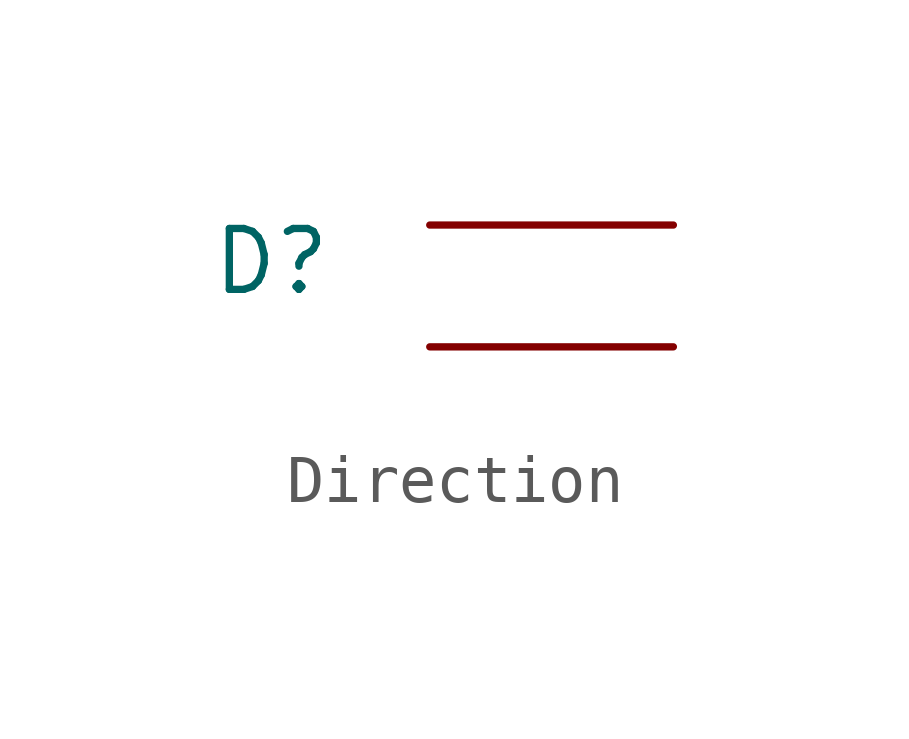
<source format=kicad_sym>
(kicad_symbol_lib
  (version 20241209)
  (generator "kicad_symbol_editor")
  (generator_version "9.0")
  (symbol "Direction"
    (property "Reference" "D"
      (at -5.842 3.048 0)
      (effects (font (size 1.27 1.27))))
    (property "Value" ""
      (at 0 0 0)
      (effects (font (size 1.27 1.27))))
    (symbol "Direction_0_1"
      (polyline (pts (xy -2.54 3.81) (xy 2.54 3.81)) (stroke (width 0) (type default)) (fill (type none)))
      (polyline (pts (xy 2.54 1.27) (xy -2.54 1.27)) (stroke (width 0) (type default)) (fill (type none))))))
</source>
